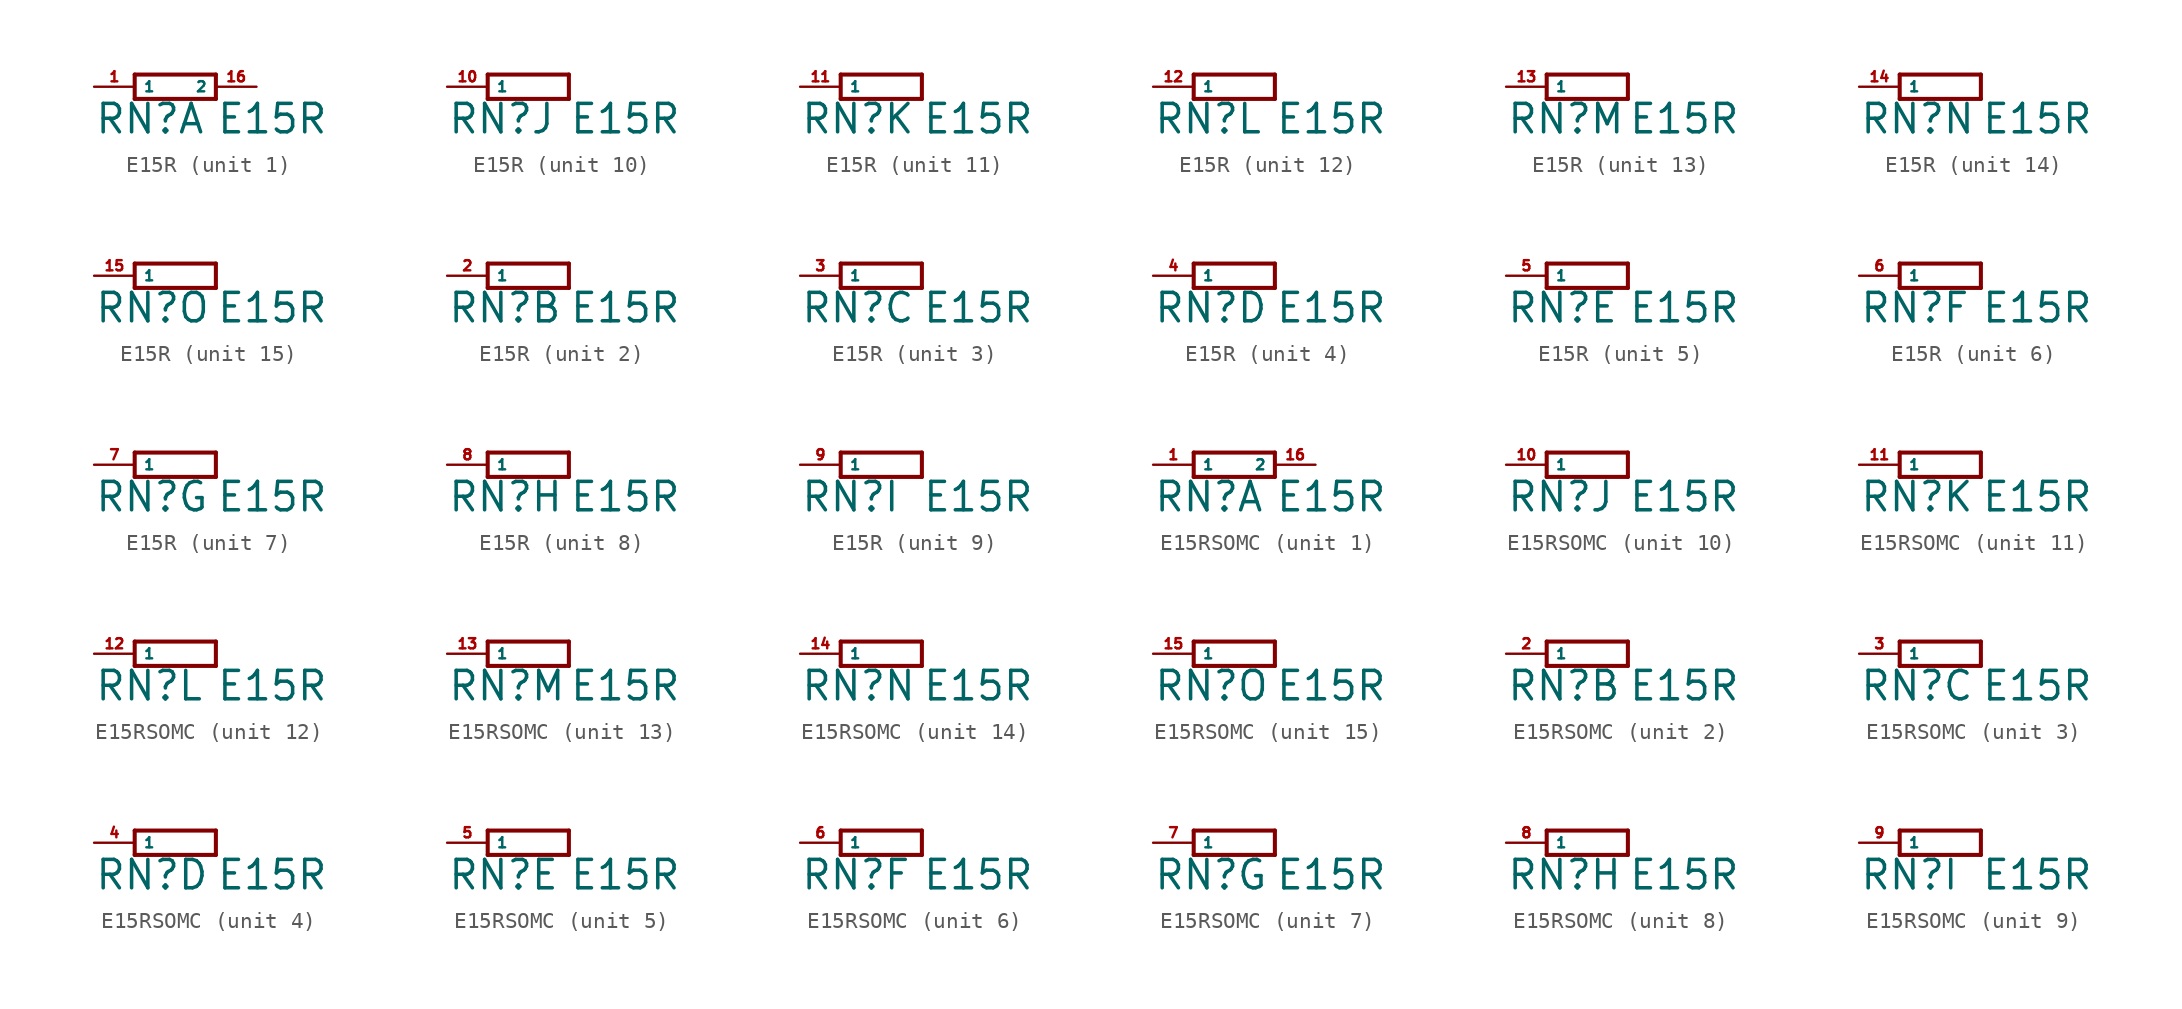
<source format=kicad_sym>
(kicad_symbol_lib
  (version 20220914)
  (generator Eagle2Kicad)
  (symbol "E15R"
    (property "Reference" "RN"
      (at -5.08 -3.048 0)
      (effects (font (size 1.778 1.778) (thickness 0.22)) (justify left bottom)))
    (property "Value" "E15R"
      (at 2.54 -3.048 0)
      (effects (font (size 1.778 1.778) (thickness 0.22)) (justify left bottom)))
    (symbol "E15R_1_0"
      (polyline (pts (xy -2.54 -0.762) (xy 2.54 -0.762)) (stroke (width 0.254) (type default)) (fill (type none)))
      (polyline (pts (xy 2.54 0.762) (xy -2.54 0.762)) (stroke (width 0.254) (type default)) (fill (type none)))
      (polyline (pts (xy 2.54 -0.762) (xy 2.54 0.762)) (stroke (width 0.254) (type default)) (fill (type none)))
      (polyline (pts (xy -2.54 0.762) (xy -2.54 -0.762)) (stroke (width 0.254) (type default)) (fill (type none)))
      (pin passive line (at -5.08 0 0) (length 2.54) (name "1" (effects (font (size 0.635 0.635) (thickness 0.08)) (justify left bottom))) (number "1" (effects (font (size 0.635 0.635) (thickness 0.08)) (justify left bottom))))
      (pin passive line (at 5.08 0 180) (length 2.54) (name "2" (effects (font (size 0.635 0.635) (thickness 0.08)) (justify left bottom))) (number "16" (effects (font (size 0.635 0.635) (thickness 0.08)) (justify left bottom)))))
    (symbol "E15R_2_0"
      (polyline (pts (xy -2.54 -0.762) (xy 2.54 -0.762)) (stroke (width 0.254) (type default)) (fill (type none)))
      (polyline (pts (xy 2.54 0.762) (xy -2.54 0.762)) (stroke (width 0.254) (type default)) (fill (type none)))
      (polyline (pts (xy 2.54 -0.762) (xy 2.54 0.762)) (stroke (width 0.254) (type default)) (fill (type none)))
      (polyline (pts (xy -2.54 0.762) (xy -2.54 -0.762)) (stroke (width 0.254) (type default)) (fill (type none)))
      (pin passive line (at -5.08 0 0) (length 2.54) (name "1" (effects (font (size 0.635 0.635) (thickness 0.08)) (justify left bottom))) (number "2" (effects (font (size 0.635 0.635) (thickness 0.08)) (justify left bottom)))))
    (symbol "E15R_3_0"
      (polyline (pts (xy -2.54 -0.762) (xy 2.54 -0.762)) (stroke (width 0.254) (type default)) (fill (type none)))
      (polyline (pts (xy 2.54 0.762) (xy -2.54 0.762)) (stroke (width 0.254) (type default)) (fill (type none)))
      (polyline (pts (xy 2.54 -0.762) (xy 2.54 0.762)) (stroke (width 0.254) (type default)) (fill (type none)))
      (polyline (pts (xy -2.54 0.762) (xy -2.54 -0.762)) (stroke (width 0.254) (type default)) (fill (type none)))
      (pin passive line (at -5.08 0 0) (length 2.54) (name "1" (effects (font (size 0.635 0.635) (thickness 0.08)) (justify left bottom))) (number "3" (effects (font (size 0.635 0.635) (thickness 0.08)) (justify left bottom)))))
    (symbol "E15R_4_0"
      (polyline (pts (xy -2.54 -0.762) (xy 2.54 -0.762)) (stroke (width 0.254) (type default)) (fill (type none)))
      (polyline (pts (xy 2.54 0.762) (xy -2.54 0.762)) (stroke (width 0.254) (type default)) (fill (type none)))
      (polyline (pts (xy 2.54 -0.762) (xy 2.54 0.762)) (stroke (width 0.254) (type default)) (fill (type none)))
      (polyline (pts (xy -2.54 0.762) (xy -2.54 -0.762)) (stroke (width 0.254) (type default)) (fill (type none)))
      (pin passive line (at -5.08 0 0) (length 2.54) (name "1" (effects (font (size 0.635 0.635) (thickness 0.08)) (justify left bottom))) (number "4" (effects (font (size 0.635 0.635) (thickness 0.08)) (justify left bottom)))))
    (symbol "E15R_5_0"
      (polyline (pts (xy -2.54 -0.762) (xy 2.54 -0.762)) (stroke (width 0.254) (type default)) (fill (type none)))
      (polyline (pts (xy 2.54 0.762) (xy -2.54 0.762)) (stroke (width 0.254) (type default)) (fill (type none)))
      (polyline (pts (xy 2.54 -0.762) (xy 2.54 0.762)) (stroke (width 0.254) (type default)) (fill (type none)))
      (polyline (pts (xy -2.54 0.762) (xy -2.54 -0.762)) (stroke (width 0.254) (type default)) (fill (type none)))
      (pin passive line (at -5.08 0 0) (length 2.54) (name "1" (effects (font (size 0.635 0.635) (thickness 0.08)) (justify left bottom))) (number "5" (effects (font (size 0.635 0.635) (thickness 0.08)) (justify left bottom)))))
    (symbol "E15R_6_0"
      (polyline (pts (xy -2.54 -0.762) (xy 2.54 -0.762)) (stroke (width 0.254) (type default)) (fill (type none)))
      (polyline (pts (xy 2.54 0.762) (xy -2.54 0.762)) (stroke (width 0.254) (type default)) (fill (type none)))
      (polyline (pts (xy 2.54 -0.762) (xy 2.54 0.762)) (stroke (width 0.254) (type default)) (fill (type none)))
      (polyline (pts (xy -2.54 0.762) (xy -2.54 -0.762)) (stroke (width 0.254) (type default)) (fill (type none)))
      (pin passive line (at -5.08 0 0) (length 2.54) (name "1" (effects (font (size 0.635 0.635) (thickness 0.08)) (justify left bottom))) (number "6" (effects (font (size 0.635 0.635) (thickness 0.08)) (justify left bottom)))))
    (symbol "E15R_7_0"
      (polyline (pts (xy -2.54 -0.762) (xy 2.54 -0.762)) (stroke (width 0.254) (type default)) (fill (type none)))
      (polyline (pts (xy 2.54 0.762) (xy -2.54 0.762)) (stroke (width 0.254) (type default)) (fill (type none)))
      (polyline (pts (xy 2.54 -0.762) (xy 2.54 0.762)) (stroke (width 0.254) (type default)) (fill (type none)))
      (polyline (pts (xy -2.54 0.762) (xy -2.54 -0.762)) (stroke (width 0.254) (type default)) (fill (type none)))
      (pin passive line (at -5.08 0 0) (length 2.54) (name "1" (effects (font (size 0.635 0.635) (thickness 0.08)) (justify left bottom))) (number "7" (effects (font (size 0.635 0.635) (thickness 0.08)) (justify left bottom)))))
    (symbol "E15R_8_0"
      (polyline (pts (xy -2.54 -0.762) (xy 2.54 -0.762)) (stroke (width 0.254) (type default)) (fill (type none)))
      (polyline (pts (xy 2.54 0.762) (xy -2.54 0.762)) (stroke (width 0.254) (type default)) (fill (type none)))
      (polyline (pts (xy 2.54 -0.762) (xy 2.54 0.762)) (stroke (width 0.254) (type default)) (fill (type none)))
      (polyline (pts (xy -2.54 0.762) (xy -2.54 -0.762)) (stroke (width 0.254) (type default)) (fill (type none)))
      (pin passive line (at -5.08 0 0) (length 2.54) (name "1" (effects (font (size 0.635 0.635) (thickness 0.08)) (justify left bottom))) (number "8" (effects (font (size 0.635 0.635) (thickness 0.08)) (justify left bottom)))))
    (symbol "E15R_9_0"
      (polyline (pts (xy -2.54 -0.762) (xy 2.54 -0.762)) (stroke (width 0.254) (type default)) (fill (type none)))
      (polyline (pts (xy 2.54 0.762) (xy -2.54 0.762)) (stroke (width 0.254) (type default)) (fill (type none)))
      (polyline (pts (xy 2.54 -0.762) (xy 2.54 0.762)) (stroke (width 0.254) (type default)) (fill (type none)))
      (polyline (pts (xy -2.54 0.762) (xy -2.54 -0.762)) (stroke (width 0.254) (type default)) (fill (type none)))
      (pin passive line (at -5.08 0 0) (length 2.54) (name "1" (effects (font (size 0.635 0.635) (thickness 0.08)) (justify left bottom))) (number "9" (effects (font (size 0.635 0.635) (thickness 0.08)) (justify left bottom)))))
    (symbol "E15R_10_0"
      (polyline (pts (xy -2.54 -0.762) (xy 2.54 -0.762)) (stroke (width 0.254) (type default)) (fill (type none)))
      (polyline (pts (xy 2.54 0.762) (xy -2.54 0.762)) (stroke (width 0.254) (type default)) (fill (type none)))
      (polyline (pts (xy 2.54 -0.762) (xy 2.54 0.762)) (stroke (width 0.254) (type default)) (fill (type none)))
      (polyline (pts (xy -2.54 0.762) (xy -2.54 -0.762)) (stroke (width 0.254) (type default)) (fill (type none)))
      (pin passive line (at -5.08 0 0) (length 2.54) (name "1" (effects (font (size 0.635 0.635) (thickness 0.08)) (justify left bottom))) (number "10" (effects (font (size 0.635 0.635) (thickness 0.08)) (justify left bottom)))))
    (symbol "E15R_11_0"
      (polyline (pts (xy -2.54 -0.762) (xy 2.54 -0.762)) (stroke (width 0.254) (type default)) (fill (type none)))
      (polyline (pts (xy 2.54 0.762) (xy -2.54 0.762)) (stroke (width 0.254) (type default)) (fill (type none)))
      (polyline (pts (xy 2.54 -0.762) (xy 2.54 0.762)) (stroke (width 0.254) (type default)) (fill (type none)))
      (polyline (pts (xy -2.54 0.762) (xy -2.54 -0.762)) (stroke (width 0.254) (type default)) (fill (type none)))
      (pin passive line (at -5.08 0 0) (length 2.54) (name "1" (effects (font (size 0.635 0.635) (thickness 0.08)) (justify left bottom))) (number "11" (effects (font (size 0.635 0.635) (thickness 0.08)) (justify left bottom)))))
    (symbol "E15R_12_0"
      (polyline (pts (xy -2.54 -0.762) (xy 2.54 -0.762)) (stroke (width 0.254) (type default)) (fill (type none)))
      (polyline (pts (xy 2.54 0.762) (xy -2.54 0.762)) (stroke (width 0.254) (type default)) (fill (type none)))
      (polyline (pts (xy 2.54 -0.762) (xy 2.54 0.762)) (stroke (width 0.254) (type default)) (fill (type none)))
      (polyline (pts (xy -2.54 0.762) (xy -2.54 -0.762)) (stroke (width 0.254) (type default)) (fill (type none)))
      (pin passive line (at -5.08 0 0) (length 2.54) (name "1" (effects (font (size 0.635 0.635) (thickness 0.08)) (justify left bottom))) (number "12" (effects (font (size 0.635 0.635) (thickness 0.08)) (justify left bottom)))))
    (symbol "E15R_13_0"
      (polyline (pts (xy -2.54 -0.762) (xy 2.54 -0.762)) (stroke (width 0.254) (type default)) (fill (type none)))
      (polyline (pts (xy 2.54 0.762) (xy -2.54 0.762)) (stroke (width 0.254) (type default)) (fill (type none)))
      (polyline (pts (xy 2.54 -0.762) (xy 2.54 0.762)) (stroke (width 0.254) (type default)) (fill (type none)))
      (polyline (pts (xy -2.54 0.762) (xy -2.54 -0.762)) (stroke (width 0.254) (type default)) (fill (type none)))
      (pin passive line (at -5.08 0 0) (length 2.54) (name "1" (effects (font (size 0.635 0.635) (thickness 0.08)) (justify left bottom))) (number "13" (effects (font (size 0.635 0.635) (thickness 0.08)) (justify left bottom)))))
    (symbol "E15R_14_0"
      (polyline (pts (xy -2.54 -0.762) (xy 2.54 -0.762)) (stroke (width 0.254) (type default)) (fill (type none)))
      (polyline (pts (xy 2.54 0.762) (xy -2.54 0.762)) (stroke (width 0.254) (type default)) (fill (type none)))
      (polyline (pts (xy 2.54 -0.762) (xy 2.54 0.762)) (stroke (width 0.254) (type default)) (fill (type none)))
      (polyline (pts (xy -2.54 0.762) (xy -2.54 -0.762)) (stroke (width 0.254) (type default)) (fill (type none)))
      (pin passive line (at -5.08 0 0) (length 2.54) (name "1" (effects (font (size 0.635 0.635) (thickness 0.08)) (justify left bottom))) (number "14" (effects (font (size 0.635 0.635) (thickness 0.08)) (justify left bottom)))))
    (symbol "E15R_15_0"
      (polyline (pts (xy -2.54 -0.762) (xy 2.54 -0.762)) (stroke (width 0.254) (type default)) (fill (type none)))
      (polyline (pts (xy 2.54 0.762) (xy -2.54 0.762)) (stroke (width 0.254) (type default)) (fill (type none)))
      (polyline (pts (xy 2.54 -0.762) (xy 2.54 0.762)) (stroke (width 0.254) (type default)) (fill (type none)))
      (polyline (pts (xy -2.54 0.762) (xy -2.54 -0.762)) (stroke (width 0.254) (type default)) (fill (type none)))
      (pin passive line (at -5.08 0 0) (length 2.54) (name "1" (effects (font (size 0.635 0.635) (thickness 0.08)) (justify left bottom))) (number "15" (effects (font (size 0.635 0.635) (thickness 0.08)) (justify left bottom))))))
  (symbol "E15RSOMC"
    (property "Reference" "RN"
      (at -5.08 -3.048 0)
      (effects (font (size 1.778 1.778) (thickness 0.22)) (justify left bottom)))
    (property "Value" "E15R"
      (at 2.54 -3.048 0)
      (effects (font (size 1.778 1.778) (thickness 0.22)) (justify left bottom)))
    (symbol "E15RSOMC_1_0"
      (polyline (pts (xy -2.54 -0.762) (xy 2.54 -0.762)) (stroke (width 0.254) (type default)) (fill (type none)))
      (polyline (pts (xy 2.54 0.762) (xy -2.54 0.762)) (stroke (width 0.254) (type default)) (fill (type none)))
      (polyline (pts (xy 2.54 -0.762) (xy 2.54 0.762)) (stroke (width 0.254) (type default)) (fill (type none)))
      (polyline (pts (xy -2.54 0.762) (xy -2.54 -0.762)) (stroke (width 0.254) (type default)) (fill (type none)))
      (pin passive line (at -5.08 0 0) (length 2.54) (name "1" (effects (font (size 0.635 0.635) (thickness 0.08)) (justify left bottom))) (number "1" (effects (font (size 0.635 0.635) (thickness 0.08)) (justify left bottom))))
      (pin passive line (at 5.08 0 180) (length 2.54) (name "2" (effects (font (size 0.635 0.635) (thickness 0.08)) (justify left bottom))) (number "16" (effects (font (size 0.635 0.635) (thickness 0.08)) (justify left bottom)))))
    (symbol "E15RSOMC_2_0"
      (polyline (pts (xy -2.54 -0.762) (xy 2.54 -0.762)) (stroke (width 0.254) (type default)) (fill (type none)))
      (polyline (pts (xy 2.54 0.762) (xy -2.54 0.762)) (stroke (width 0.254) (type default)) (fill (type none)))
      (polyline (pts (xy 2.54 -0.762) (xy 2.54 0.762)) (stroke (width 0.254) (type default)) (fill (type none)))
      (polyline (pts (xy -2.54 0.762) (xy -2.54 -0.762)) (stroke (width 0.254) (type default)) (fill (type none)))
      (pin passive line (at -5.08 0 0) (length 2.54) (name "1" (effects (font (size 0.635 0.635) (thickness 0.08)) (justify left bottom))) (number "2" (effects (font (size 0.635 0.635) (thickness 0.08)) (justify left bottom)))))
    (symbol "E15RSOMC_3_0"
      (polyline (pts (xy -2.54 -0.762) (xy 2.54 -0.762)) (stroke (width 0.254) (type default)) (fill (type none)))
      (polyline (pts (xy 2.54 0.762) (xy -2.54 0.762)) (stroke (width 0.254) (type default)) (fill (type none)))
      (polyline (pts (xy 2.54 -0.762) (xy 2.54 0.762)) (stroke (width 0.254) (type default)) (fill (type none)))
      (polyline (pts (xy -2.54 0.762) (xy -2.54 -0.762)) (stroke (width 0.254) (type default)) (fill (type none)))
      (pin passive line (at -5.08 0 0) (length 2.54) (name "1" (effects (font (size 0.635 0.635) (thickness 0.08)) (justify left bottom))) (number "3" (effects (font (size 0.635 0.635) (thickness 0.08)) (justify left bottom)))))
    (symbol "E15RSOMC_4_0"
      (polyline (pts (xy -2.54 -0.762) (xy 2.54 -0.762)) (stroke (width 0.254) (type default)) (fill (type none)))
      (polyline (pts (xy 2.54 0.762) (xy -2.54 0.762)) (stroke (width 0.254) (type default)) (fill (type none)))
      (polyline (pts (xy 2.54 -0.762) (xy 2.54 0.762)) (stroke (width 0.254) (type default)) (fill (type none)))
      (polyline (pts (xy -2.54 0.762) (xy -2.54 -0.762)) (stroke (width 0.254) (type default)) (fill (type none)))
      (pin passive line (at -5.08 0 0) (length 2.54) (name "1" (effects (font (size 0.635 0.635) (thickness 0.08)) (justify left bottom))) (number "4" (effects (font (size 0.635 0.635) (thickness 0.08)) (justify left bottom)))))
    (symbol "E15RSOMC_5_0"
      (polyline (pts (xy -2.54 -0.762) (xy 2.54 -0.762)) (stroke (width 0.254) (type default)) (fill (type none)))
      (polyline (pts (xy 2.54 0.762) (xy -2.54 0.762)) (stroke (width 0.254) (type default)) (fill (type none)))
      (polyline (pts (xy 2.54 -0.762) (xy 2.54 0.762)) (stroke (width 0.254) (type default)) (fill (type none)))
      (polyline (pts (xy -2.54 0.762) (xy -2.54 -0.762)) (stroke (width 0.254) (type default)) (fill (type none)))
      (pin passive line (at -5.08 0 0) (length 2.54) (name "1" (effects (font (size 0.635 0.635) (thickness 0.08)) (justify left bottom))) (number "5" (effects (font (size 0.635 0.635) (thickness 0.08)) (justify left bottom)))))
    (symbol "E15RSOMC_6_0"
      (polyline (pts (xy -2.54 -0.762) (xy 2.54 -0.762)) (stroke (width 0.254) (type default)) (fill (type none)))
      (polyline (pts (xy 2.54 0.762) (xy -2.54 0.762)) (stroke (width 0.254) (type default)) (fill (type none)))
      (polyline (pts (xy 2.54 -0.762) (xy 2.54 0.762)) (stroke (width 0.254) (type default)) (fill (type none)))
      (polyline (pts (xy -2.54 0.762) (xy -2.54 -0.762)) (stroke (width 0.254) (type default)) (fill (type none)))
      (pin passive line (at -5.08 0 0) (length 2.54) (name "1" (effects (font (size 0.635 0.635) (thickness 0.08)) (justify left bottom))) (number "6" (effects (font (size 0.635 0.635) (thickness 0.08)) (justify left bottom)))))
    (symbol "E15RSOMC_7_0"
      (polyline (pts (xy -2.54 -0.762) (xy 2.54 -0.762)) (stroke (width 0.254) (type default)) (fill (type none)))
      (polyline (pts (xy 2.54 0.762) (xy -2.54 0.762)) (stroke (width 0.254) (type default)) (fill (type none)))
      (polyline (pts (xy 2.54 -0.762) (xy 2.54 0.762)) (stroke (width 0.254) (type default)) (fill (type none)))
      (polyline (pts (xy -2.54 0.762) (xy -2.54 -0.762)) (stroke (width 0.254) (type default)) (fill (type none)))
      (pin passive line (at -5.08 0 0) (length 2.54) (name "1" (effects (font (size 0.635 0.635) (thickness 0.08)) (justify left bottom))) (number "7" (effects (font (size 0.635 0.635) (thickness 0.08)) (justify left bottom)))))
    (symbol "E15RSOMC_8_0"
      (polyline (pts (xy -2.54 -0.762) (xy 2.54 -0.762)) (stroke (width 0.254) (type default)) (fill (type none)))
      (polyline (pts (xy 2.54 0.762) (xy -2.54 0.762)) (stroke (width 0.254) (type default)) (fill (type none)))
      (polyline (pts (xy 2.54 -0.762) (xy 2.54 0.762)) (stroke (width 0.254) (type default)) (fill (type none)))
      (polyline (pts (xy -2.54 0.762) (xy -2.54 -0.762)) (stroke (width 0.254) (type default)) (fill (type none)))
      (pin passive line (at -5.08 0 0) (length 2.54) (name "1" (effects (font (size 0.635 0.635) (thickness 0.08)) (justify left bottom))) (number "8" (effects (font (size 0.635 0.635) (thickness 0.08)) (justify left bottom)))))
    (symbol "E15RSOMC_9_0"
      (polyline (pts (xy -2.54 -0.762) (xy 2.54 -0.762)) (stroke (width 0.254) (type default)) (fill (type none)))
      (polyline (pts (xy 2.54 0.762) (xy -2.54 0.762)) (stroke (width 0.254) (type default)) (fill (type none)))
      (polyline (pts (xy 2.54 -0.762) (xy 2.54 0.762)) (stroke (width 0.254) (type default)) (fill (type none)))
      (polyline (pts (xy -2.54 0.762) (xy -2.54 -0.762)) (stroke (width 0.254) (type default)) (fill (type none)))
      (pin passive line (at -5.08 0 0) (length 2.54) (name "1" (effects (font (size 0.635 0.635) (thickness 0.08)) (justify left bottom))) (number "9" (effects (font (size 0.635 0.635) (thickness 0.08)) (justify left bottom)))))
    (symbol "E15RSOMC_10_0"
      (polyline (pts (xy -2.54 -0.762) (xy 2.54 -0.762)) (stroke (width 0.254) (type default)) (fill (type none)))
      (polyline (pts (xy 2.54 0.762) (xy -2.54 0.762)) (stroke (width 0.254) (type default)) (fill (type none)))
      (polyline (pts (xy 2.54 -0.762) (xy 2.54 0.762)) (stroke (width 0.254) (type default)) (fill (type none)))
      (polyline (pts (xy -2.54 0.762) (xy -2.54 -0.762)) (stroke (width 0.254) (type default)) (fill (type none)))
      (pin passive line (at -5.08 0 0) (length 2.54) (name "1" (effects (font (size 0.635 0.635) (thickness 0.08)) (justify left bottom))) (number "10" (effects (font (size 0.635 0.635) (thickness 0.08)) (justify left bottom)))))
    (symbol "E15RSOMC_11_0"
      (polyline (pts (xy -2.54 -0.762) (xy 2.54 -0.762)) (stroke (width 0.254) (type default)) (fill (type none)))
      (polyline (pts (xy 2.54 0.762) (xy -2.54 0.762)) (stroke (width 0.254) (type default)) (fill (type none)))
      (polyline (pts (xy 2.54 -0.762) (xy 2.54 0.762)) (stroke (width 0.254) (type default)) (fill (type none)))
      (polyline (pts (xy -2.54 0.762) (xy -2.54 -0.762)) (stroke (width 0.254) (type default)) (fill (type none)))
      (pin passive line (at -5.08 0 0) (length 2.54) (name "1" (effects (font (size 0.635 0.635) (thickness 0.08)) (justify left bottom))) (number "11" (effects (font (size 0.635 0.635) (thickness 0.08)) (justify left bottom)))))
    (symbol "E15RSOMC_12_0"
      (polyline (pts (xy -2.54 -0.762) (xy 2.54 -0.762)) (stroke (width 0.254) (type default)) (fill (type none)))
      (polyline (pts (xy 2.54 0.762) (xy -2.54 0.762)) (stroke (width 0.254) (type default)) (fill (type none)))
      (polyline (pts (xy 2.54 -0.762) (xy 2.54 0.762)) (stroke (width 0.254) (type default)) (fill (type none)))
      (polyline (pts (xy -2.54 0.762) (xy -2.54 -0.762)) (stroke (width 0.254) (type default)) (fill (type none)))
      (pin passive line (at -5.08 0 0) (length 2.54) (name "1" (effects (font (size 0.635 0.635) (thickness 0.08)) (justify left bottom))) (number "12" (effects (font (size 0.635 0.635) (thickness 0.08)) (justify left bottom)))))
    (symbol "E15RSOMC_13_0"
      (polyline (pts (xy -2.54 -0.762) (xy 2.54 -0.762)) (stroke (width 0.254) (type default)) (fill (type none)))
      (polyline (pts (xy 2.54 0.762) (xy -2.54 0.762)) (stroke (width 0.254) (type default)) (fill (type none)))
      (polyline (pts (xy 2.54 -0.762) (xy 2.54 0.762)) (stroke (width 0.254) (type default)) (fill (type none)))
      (polyline (pts (xy -2.54 0.762) (xy -2.54 -0.762)) (stroke (width 0.254) (type default)) (fill (type none)))
      (pin passive line (at -5.08 0 0) (length 2.54) (name "1" (effects (font (size 0.635 0.635) (thickness 0.08)) (justify left bottom))) (number "13" (effects (font (size 0.635 0.635) (thickness 0.08)) (justify left bottom)))))
    (symbol "E15RSOMC_14_0"
      (polyline (pts (xy -2.54 -0.762) (xy 2.54 -0.762)) (stroke (width 0.254) (type default)) (fill (type none)))
      (polyline (pts (xy 2.54 0.762) (xy -2.54 0.762)) (stroke (width 0.254) (type default)) (fill (type none)))
      (polyline (pts (xy 2.54 -0.762) (xy 2.54 0.762)) (stroke (width 0.254) (type default)) (fill (type none)))
      (polyline (pts (xy -2.54 0.762) (xy -2.54 -0.762)) (stroke (width 0.254) (type default)) (fill (type none)))
      (pin passive line (at -5.08 0 0) (length 2.54) (name "1" (effects (font (size 0.635 0.635) (thickness 0.08)) (justify left bottom))) (number "14" (effects (font (size 0.635 0.635) (thickness 0.08)) (justify left bottom)))))
    (symbol "E15RSOMC_15_0"
      (polyline (pts (xy -2.54 -0.762) (xy 2.54 -0.762)) (stroke (width 0.254) (type default)) (fill (type none)))
      (polyline (pts (xy 2.54 0.762) (xy -2.54 0.762)) (stroke (width 0.254) (type default)) (fill (type none)))
      (polyline (pts (xy 2.54 -0.762) (xy 2.54 0.762)) (stroke (width 0.254) (type default)) (fill (type none)))
      (polyline (pts (xy -2.54 0.762) (xy -2.54 -0.762)) (stroke (width 0.254) (type default)) (fill (type none)))
      (pin passive line (at -5.08 0 0) (length 2.54) (name "1" (effects (font (size 0.635 0.635) (thickness 0.08)) (justify left bottom))) (number "15" (effects (font (size 0.635 0.635) (thickness 0.08)) (justify left bottom)))))))
</source>
